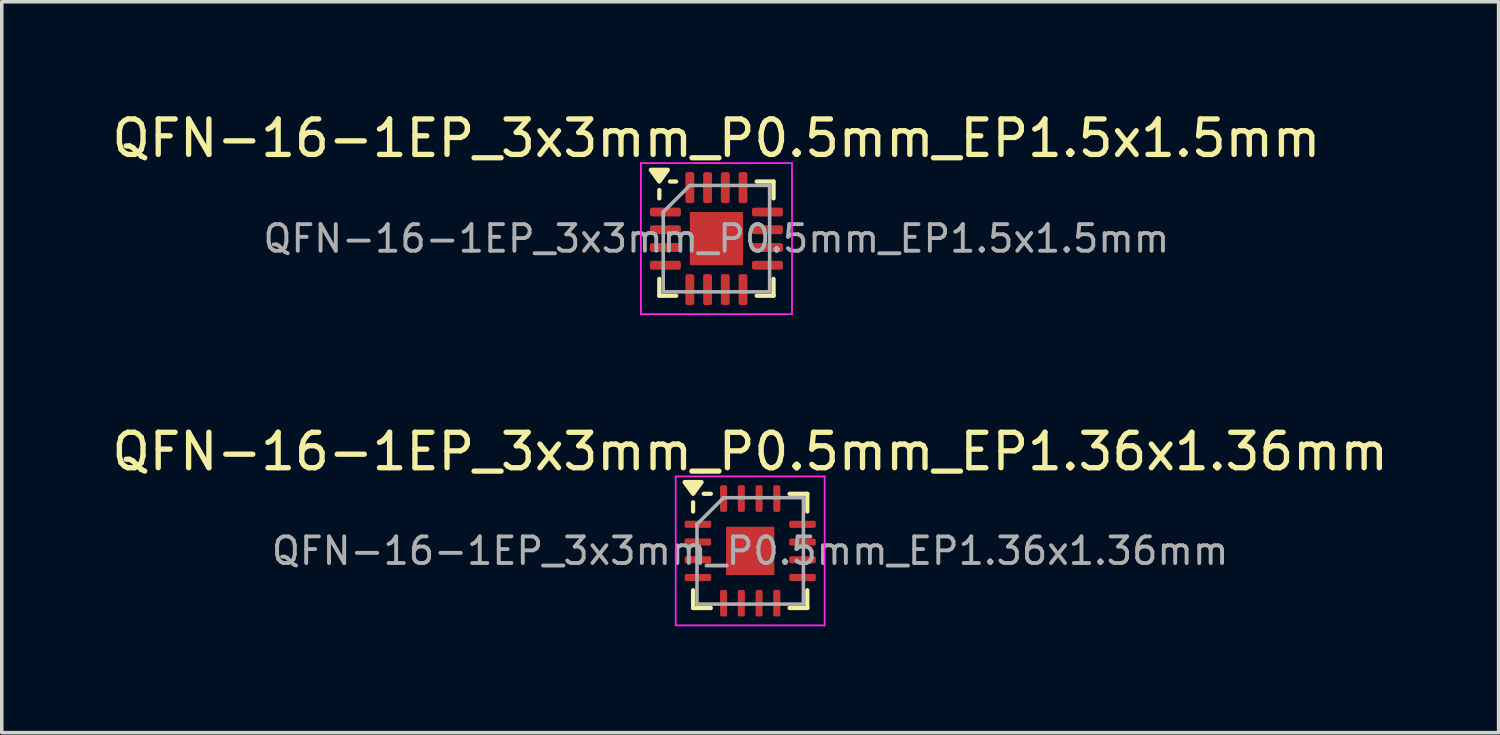
<source format=kicad_pcb>
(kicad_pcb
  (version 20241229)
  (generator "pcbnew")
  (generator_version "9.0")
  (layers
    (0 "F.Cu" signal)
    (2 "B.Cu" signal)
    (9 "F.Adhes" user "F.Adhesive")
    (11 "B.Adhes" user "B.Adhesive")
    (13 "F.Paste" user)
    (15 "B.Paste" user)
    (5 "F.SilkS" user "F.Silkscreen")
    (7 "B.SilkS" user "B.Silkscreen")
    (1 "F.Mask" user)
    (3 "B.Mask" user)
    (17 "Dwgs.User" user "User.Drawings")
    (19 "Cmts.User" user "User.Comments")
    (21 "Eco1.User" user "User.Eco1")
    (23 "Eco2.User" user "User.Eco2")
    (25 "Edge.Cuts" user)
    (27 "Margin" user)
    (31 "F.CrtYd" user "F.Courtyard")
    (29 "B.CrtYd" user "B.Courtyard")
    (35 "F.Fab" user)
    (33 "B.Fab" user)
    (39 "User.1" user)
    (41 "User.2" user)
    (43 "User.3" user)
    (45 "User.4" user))
  (footprint "QFN-16-1EP_3x3mm_P0.5mm_EP1.5x1.5mm"
    (layer "F.Cu")
    (at 17.149 3.678)
    (property "Reference" "QFN-16-1EP_3x3mm_P0.5mm_EP1.5x1.5mm" (at 0 -2.83 0) (layer "F.SilkS") (effects (font (size 1 1) (thickness 0.15))))
    (attr smd)
    (fp_line (start -1.61 -1.135) (end -1.61 -1.37) (stroke (width 0.12) (type solid)) (layer "F.SilkS"))
    (fp_line (start -1.61 1.61) (end -1.61 1.135) (stroke (width 0.12) (type solid)) (layer "F.SilkS"))
    (fp_line (start -1.135 -1.61) (end -1.31 -1.61) (stroke (width 0.12) (type solid)) (layer "F.SilkS"))
    (fp_line (start -1.135 1.61) (end -1.61 1.61) (stroke (width 0.12) (type solid)) (layer "F.SilkS"))
    (fp_line (start 1.135 -1.61) (end 1.61 -1.61) (stroke (width 0.12) (type solid)) (layer "F.SilkS"))
    (fp_line (start 1.135 1.61) (end 1.61 1.61) (stroke (width 0.12) (type solid)) (layer "F.SilkS"))
    (fp_line (start 1.61 -1.61) (end 1.61 -1.135) (stroke (width 0.12) (type solid)) (layer "F.SilkS"))
    (fp_line (start 1.61 1.61) (end 1.61 1.135) (stroke (width 0.12) (type solid)) (layer "F.SilkS"))
    (fp_poly (pts (xy -1.61 -1.61) (xy -1.85 -1.94) (xy -1.37 -1.94) (xy -1.61 -1.61)) (stroke (width 0.12) (type solid)) (fill yes) (layer "F.SilkS"))
    (fp_line (start -2.13 -2.13) (end -2.13 2.13) (stroke (width 0.05) (type solid)) (layer "F.CrtYd"))
    (fp_line (start -2.13 2.13) (end 2.13 2.13) (stroke (width 0.05) (type solid)) (layer "F.CrtYd"))
    (fp_line (start 2.13 -2.13) (end -2.13 -2.13) (stroke (width 0.05) (type solid)) (layer "F.CrtYd"))
    (fp_line (start 2.13 2.13) (end 2.13 -2.13) (stroke (width 0.05) (type solid)) (layer "F.CrtYd"))
    (fp_line (start -1.5 -0.75) (end -0.75 -1.5) (stroke (width 0.1) (type solid)) (layer "F.Fab"))
    (fp_line (start -1.5 1.5) (end -1.5 -0.75) (stroke (width 0.1) (type solid)) (layer "F.Fab"))
    (fp_line (start -0.75 -1.5) (end 1.5 -1.5) (stroke (width 0.1) (type solid)) (layer "F.Fab"))
    (fp_line (start 1.5 -1.5) (end 1.5 1.5) (stroke (width 0.1) (type solid)) (layer "F.Fab"))
    (fp_line (start 1.5 1.5) (end -1.5 1.5) (stroke (width 0.1) (type solid)) (layer "F.Fab"))
    (fp_text user "${REFERENCE}" (at 0 0 0) (layer "F.Fab") (effects (font (size 0.75 0.75) (thickness 0.11))))
    (pad "" smd roundrect (at -0.375 -0.375) (size 0.6 0.6) (layers "F.Paste") (roundrect_rratio 0.25))
    (pad "" smd roundrect (at -0.375 0.375) (size 0.6 0.6) (layers "F.Paste") (roundrect_rratio 0.25))
    (pad "" smd roundrect (at 0.375 -0.375) (size 0.6 0.6) (layers "F.Paste") (roundrect_rratio 0.25))
    (pad "" smd roundrect (at 0.375 0.375) (size 0.6 0.6) (layers "F.Paste") (roundrect_rratio 0.25))
    (pad "1" smd roundrect (at -1.438 -0.75) (size 0.875 0.25) (layers "F.Cu" "F.Mask" "F.Paste") (roundrect_rratio 0.25))
    (pad "2" smd roundrect (at -1.438 -0.25) (size 0.875 0.25) (layers "F.Cu" "F.Mask" "F.Paste") (roundrect_rratio 0.25))
    (pad "3" smd roundrect (at -1.438 0.25) (size 0.875 0.25) (layers "F.Cu" "F.Mask" "F.Paste") (roundrect_rratio 0.25))
    (pad "4" smd roundrect (at -1.438 0.75) (size 0.875 0.25) (layers "F.Cu" "F.Mask" "F.Paste") (roundrect_rratio 0.25))
    (pad "5" smd roundrect (at -0.75 1.438) (size 0.25 0.875) (layers "F.Cu" "F.Mask" "F.Paste") (roundrect_rratio 0.25))
    (pad "6" smd roundrect (at -0.25 1.438) (size 0.25 0.875) (layers "F.Cu" "F.Mask" "F.Paste") (roundrect_rratio 0.25))
    (pad "7" smd roundrect (at 0.25 1.438) (size 0.25 0.875) (layers "F.Cu" "F.Mask" "F.Paste") (roundrect_rratio 0.25))
    (pad "8" smd roundrect (at 0.75 1.438) (size 0.25 0.875) (layers "F.Cu" "F.Mask" "F.Paste") (roundrect_rratio 0.25))
    (pad "9" smd roundrect (at 1.438 0.75) (size 0.875 0.25) (layers "F.Cu" "F.Mask" "F.Paste") (roundrect_rratio 0.25))
    (pad "10" smd roundrect (at 1.438 0.25) (size 0.875 0.25) (layers "F.Cu" "F.Mask" "F.Paste") (roundrect_rratio 0.25))
    (pad "11" smd roundrect (at 1.438 -0.25) (size 0.875 0.25) (layers "F.Cu" "F.Mask" "F.Paste") (roundrect_rratio 0.25))
    (pad "12" smd roundrect (at 1.438 -0.75) (size 0.875 0.25) (layers "F.Cu" "F.Mask" "F.Paste") (roundrect_rratio 0.25))
    (pad "13" smd roundrect (at 0.75 -1.438) (size 0.25 0.875) (layers "F.Cu" "F.Mask" "F.Paste") (roundrect_rratio 0.25))
    (pad "14" smd roundrect (at 0.25 -1.438) (size 0.25 0.875) (layers "F.Cu" "F.Mask" "F.Paste") (roundrect_rratio 0.25))
    (pad "15" smd roundrect (at -0.25 -1.438) (size 0.25 0.875) (layers "F.Cu" "F.Mask" "F.Paste") (roundrect_rratio 0.25))
    (pad "16" smd roundrect (at -0.75 -1.438) (size 0.25 0.875) (layers "F.Cu" "F.Mask" "F.Paste") (roundrect_rratio 0.25))
    (pad "17" smd rect (at 0 0) (size 1.5 1.5) (property pad_prop_heatsink) (layers "F.Cu" "F.Mask")))
  (footprint "QFN-16-1EP_3x3mm_P0.5mm_EP1.36x1.36mm"
    (layer "F.Cu")
    (at 18.101 12.482)
    (property "Reference" "QFN-16-1EP_3x3mm_P0.5mm_EP1.36x1.36mm" (at 0 -2.8 0) (layer "F.SilkS") (effects (font (size 1 1) (thickness 0.15))))
    (attr smd)
    (fp_line (start -1.61 -1.11) (end -1.61 -1.37) (stroke (width 0.12) (type solid)) (layer "F.SilkS"))
    (fp_line (start -1.61 1.61) (end -1.61 1.11) (stroke (width 0.12) (type solid)) (layer "F.SilkS"))
    (fp_line (start -1.11 -1.61) (end -1.31 -1.61) (stroke (width 0.12) (type solid)) (layer "F.SilkS"))
    (fp_line (start -1.11 1.61) (end -1.61 1.61) (stroke (width 0.12) (type solid)) (layer "F.SilkS"))
    (fp_line (start 1.11 -1.61) (end 1.61 -1.61) (stroke (width 0.12) (type solid)) (layer "F.SilkS"))
    (fp_line (start 1.11 1.61) (end 1.61 1.61) (stroke (width 0.12) (type solid)) (layer "F.SilkS"))
    (fp_line (start 1.61 -1.61) (end 1.61 -1.11) (stroke (width 0.12) (type solid)) (layer "F.SilkS"))
    (fp_line (start 1.61 1.61) (end 1.61 1.11) (stroke (width 0.12) (type solid)) (layer "F.SilkS"))
    (fp_poly (pts (xy -1.61 -1.61) (xy -1.85 -1.94) (xy -1.37 -1.94) (xy -1.61 -1.61)) (stroke (width 0.12) (type solid)) (fill yes) (layer "F.SilkS"))
    (fp_line (start -2.1 -2.1) (end -2.1 2.1) (stroke (width 0.05) (type solid)) (layer "F.CrtYd"))
    (fp_line (start -2.1 2.1) (end 2.1 2.1) (stroke (width 0.05) (type solid)) (layer "F.CrtYd"))
    (fp_line (start 2.1 -2.1) (end -2.1 -2.1) (stroke (width 0.05) (type solid)) (layer "F.CrtYd"))
    (fp_line (start 2.1 2.1) (end 2.1 -2.1) (stroke (width 0.05) (type solid)) (layer "F.CrtYd"))
    (fp_line (start -1.5 -0.75) (end -0.75 -1.5) (stroke (width 0.1) (type solid)) (layer "F.Fab"))
    (fp_line (start -1.5 1.5) (end -1.5 -0.75) (stroke (width 0.1) (type solid)) (layer "F.Fab"))
    (fp_line (start -0.75 -1.5) (end 1.5 -1.5) (stroke (width 0.1) (type solid)) (layer "F.Fab"))
    (fp_line (start 1.5 -1.5) (end 1.5 1.5) (stroke (width 0.1) (type solid)) (layer "F.Fab"))
    (fp_line (start 1.5 1.5) (end -1.5 1.5) (stroke (width 0.1) (type solid)) (layer "F.Fab"))
    (fp_text user "${REFERENCE}" (at 0 0 0) (layer "F.Fab") (effects (font (size 0.75 0.75) (thickness 0.11))))
    (pad "" smd roundrect (at -0.34 -0.34) (size 0.55 0.55) (layers "F.Paste") (roundrect_rratio 0.25))
    (pad "" smd roundrect (at -0.34 0.34) (size 0.55 0.55) (layers "F.Paste") (roundrect_rratio 0.25))
    (pad "" smd roundrect (at 0.34 -0.34) (size 0.55 0.55) (layers "F.Paste") (roundrect_rratio 0.25))
    (pad "" smd roundrect (at 0.34 0.34) (size 0.55 0.55) (layers "F.Paste") (roundrect_rratio 0.25))
    (pad "1" smd roundrect (at -1.475 -0.75) (size 0.75 0.2) (layers "F.Cu" "F.Mask" "F.Paste") (roundrect_rratio 0.25))
    (pad "2" smd roundrect (at -1.475 -0.25) (size 0.75 0.2) (layers "F.Cu" "F.Mask" "F.Paste") (roundrect_rratio 0.25))
    (pad "3" smd roundrect (at -1.475 0.25) (size 0.75 0.2) (layers "F.Cu" "F.Mask" "F.Paste") (roundrect_rratio 0.25))
    (pad "4" smd roundrect (at -1.475 0.75) (size 0.75 0.2) (layers "F.Cu" "F.Mask" "F.Paste") (roundrect_rratio 0.25))
    (pad "5" smd roundrect (at -0.75 1.475) (size 0.2 0.75) (layers "F.Cu" "F.Mask" "F.Paste") (roundrect_rratio 0.25))
    (pad "6" smd roundrect (at -0.25 1.475) (size 0.2 0.75) (layers "F.Cu" "F.Mask" "F.Paste") (roundrect_rratio 0.25))
    (pad "7" smd roundrect (at 0.25 1.475) (size 0.2 0.75) (layers "F.Cu" "F.Mask" "F.Paste") (roundrect_rratio 0.25))
    (pad "8" smd roundrect (at 0.75 1.475) (size 0.2 0.75) (layers "F.Cu" "F.Mask" "F.Paste") (roundrect_rratio 0.25))
    (pad "9" smd roundrect (at 1.475 0.75) (size 0.75 0.2) (layers "F.Cu" "F.Mask" "F.Paste") (roundrect_rratio 0.25))
    (pad "10" smd roundrect (at 1.475 0.25) (size 0.75 0.2) (layers "F.Cu" "F.Mask" "F.Paste") (roundrect_rratio 0.25))
    (pad "11" smd roundrect (at 1.475 -0.25) (size 0.75 0.2) (layers "F.Cu" "F.Mask" "F.Paste") (roundrect_rratio 0.25))
    (pad "12" smd roundrect (at 1.475 -0.75) (size 0.75 0.2) (layers "F.Cu" "F.Mask" "F.Paste") (roundrect_rratio 0.25))
    (pad "13" smd roundrect (at 0.75 -1.475) (size 0.2 0.75) (layers "F.Cu" "F.Mask" "F.Paste") (roundrect_rratio 0.25))
    (pad "14" smd roundrect (at 0.25 -1.475) (size 0.2 0.75) (layers "F.Cu" "F.Mask" "F.Paste") (roundrect_rratio 0.25))
    (pad "15" smd roundrect (at -0.25 -1.475) (size 0.2 0.75) (layers "F.Cu" "F.Mask" "F.Paste") (roundrect_rratio 0.25))
    (pad "16" smd roundrect (at -0.75 -1.475) (size 0.2 0.75) (layers "F.Cu" "F.Mask" "F.Paste") (roundrect_rratio 0.25))
    (pad "17" smd rect (at 0 0) (size 1.36 1.36) (property pad_prop_heatsink) (layers "F.Cu" "F.Mask")))
  (gr_rect
    (start -3 -3)
    (end 39.202 17.607)
    (stroke (width 0.1) (type default))
    (fill no)
    (layer "Edge.Cuts")))
</source>
